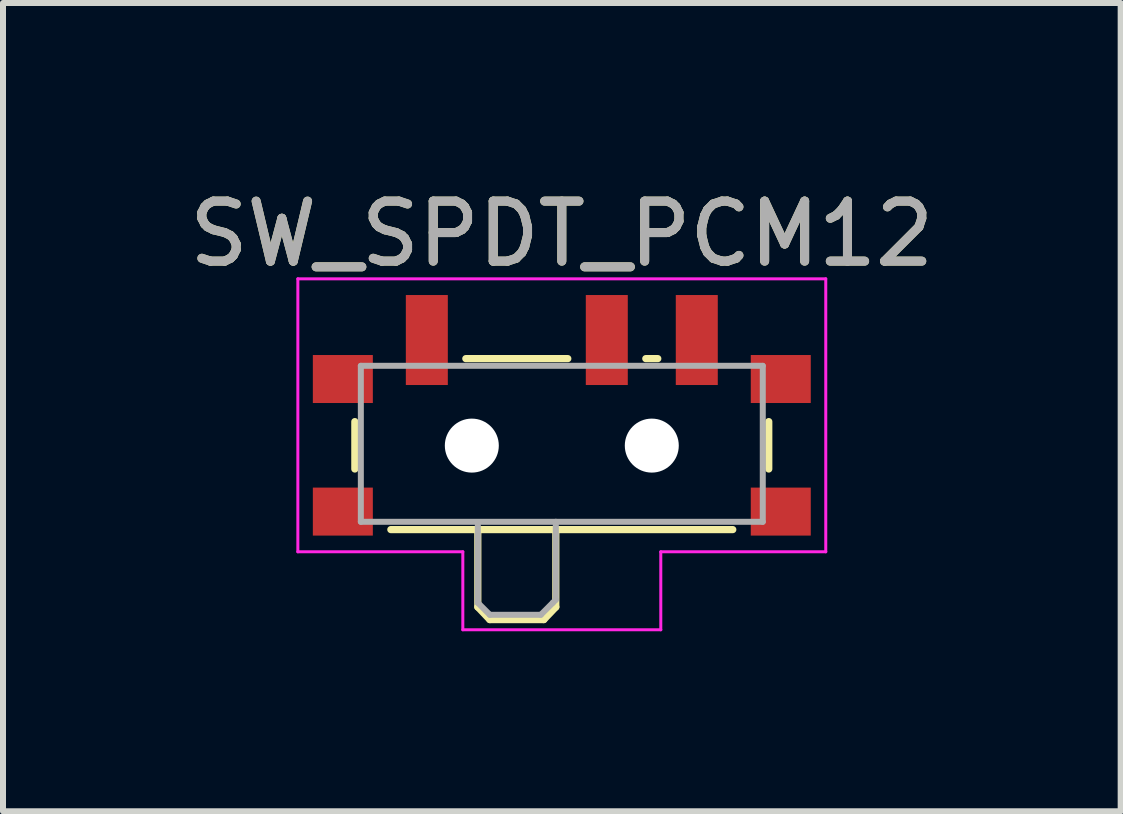
<source format=kicad_pcb>
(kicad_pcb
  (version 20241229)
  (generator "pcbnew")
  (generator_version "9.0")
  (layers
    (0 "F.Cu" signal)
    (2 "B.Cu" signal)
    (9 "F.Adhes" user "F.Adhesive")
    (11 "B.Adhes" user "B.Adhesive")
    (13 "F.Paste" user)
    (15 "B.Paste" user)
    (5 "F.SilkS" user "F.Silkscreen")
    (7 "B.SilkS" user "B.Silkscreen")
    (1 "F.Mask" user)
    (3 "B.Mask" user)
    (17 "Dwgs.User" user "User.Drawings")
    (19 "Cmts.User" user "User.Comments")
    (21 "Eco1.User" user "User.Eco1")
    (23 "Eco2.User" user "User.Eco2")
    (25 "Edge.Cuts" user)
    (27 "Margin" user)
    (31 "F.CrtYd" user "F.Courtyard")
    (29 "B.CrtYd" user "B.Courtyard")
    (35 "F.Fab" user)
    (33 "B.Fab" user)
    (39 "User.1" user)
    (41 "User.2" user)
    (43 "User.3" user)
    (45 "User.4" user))
  (footprint "SW_SPDT_PCM12"
    (layer "F.Cu")
    (at 6.315 4.048)
    (property "Reference" "SW_SPDT_PCM12" (at 0 -3.2 0) (layer "F.SilkS") (effects (font (size 1 1) (thickness 0.15))))
    (attr smd)
    (fp_line (start -3.45 -0.07) (end -3.45 0.72) (stroke (width 0.12) (type solid)) (layer "F.SilkS"))
    (fp_line (start -2.85 1.73) (end 2.85 1.73) (stroke (width 0.12) (type solid)) (layer "F.SilkS"))
    (fp_line (start -1.6 -1.12) (end 0.1 -1.12) (stroke (width 0.12) (type solid)) (layer "F.SilkS"))
    (fp_line (start -1.4 1.73) (end -1.4 3.02) (stroke (width 0.12) (type solid)) (layer "F.SilkS"))
    (fp_line (start -1.4 3.02) (end -1.2 3.23) (stroke (width 0.12) (type solid)) (layer "F.SilkS"))
    (fp_line (start -1.2 3.23) (end -0.3 3.23) (stroke (width 0.12) (type solid)) (layer "F.SilkS"))
    (fp_line (start -0.1 3.02) (end -0.3 3.23) (stroke (width 0.12) (type solid)) (layer "F.SilkS"))
    (fp_line (start -0.1 3.02) (end -0.1 1.73) (stroke (width 0.12) (type solid)) (layer "F.SilkS"))
    (fp_line (start 1.4 -1.12) (end 1.6 -1.12) (stroke (width 0.12) (type solid)) (layer "F.SilkS"))
    (fp_line (start 3.45 0.72) (end 3.45 -0.07) (stroke (width 0.12) (type solid)) (layer "F.SilkS"))
    (fp_line (start -4.4 -2.45) (end 4.4 -2.45) (stroke (width 0.05) (type solid)) (layer "F.CrtYd"))
    (fp_line (start -4.4 2.1) (end -4.4 -2.45) (stroke (width 0.05) (type solid)) (layer "F.CrtYd"))
    (fp_line (start -1.65 2.1) (end -4.4 2.1) (stroke (width 0.05) (type solid)) (layer "F.CrtYd"))
    (fp_line (start -1.65 3.4) (end -1.65 2.1) (stroke (width 0.05) (type solid)) (layer "F.CrtYd"))
    (fp_line (start 1.65 2.1) (end 1.65 3.4) (stroke (width 0.05) (type solid)) (layer "F.CrtYd"))
    (fp_line (start 1.65 3.4) (end -1.65 3.4) (stroke (width 0.05) (type solid)) (layer "F.CrtYd"))
    (fp_line (start 4.4 -2.45) (end 4.4 2.1) (stroke (width 0.05) (type solid)) (layer "F.CrtYd"))
    (fp_line (start 4.4 2.1) (end 1.65 2.1) (stroke (width 0.05) (type solid)) (layer "F.CrtYd"))
    (fp_line (start -3.35 -1) (end -3.35 1.6) (stroke (width 0.1) (type solid)) (layer "F.Fab"))
    (fp_line (start -3.35 1.6) (end 3.35 1.6) (stroke (width 0.1) (type solid)) (layer "F.Fab"))
    (fp_line (start -1.4 1.65) (end -1.4 2.95) (stroke (width 0.1) (type solid)) (layer "F.Fab"))
    (fp_line (start -1.4 2.95) (end -1.2 3.15) (stroke (width 0.1) (type solid)) (layer "F.Fab"))
    (fp_line (start -1.2 3.15) (end -0.35 3.15) (stroke (width 0.1) (type solid)) (layer "F.Fab"))
    (fp_line (start -0.35 3.15) (end -0.15 2.95) (stroke (width 0.1) (type solid)) (layer "F.Fab"))
    (fp_line (start -0.15 2.95) (end -0.1 2.9) (stroke (width 0.1) (type solid)) (layer "F.Fab"))
    (fp_line (start -0.1 2.9) (end -0.1 1.6) (stroke (width 0.1) (type solid)) (layer "F.Fab"))
    (fp_line (start 3.35 -1) (end -3.35 -1) (stroke (width 0.1) (type solid)) (layer "F.Fab"))
    (fp_line (start 3.35 1.6) (end 3.35 -1) (stroke (width 0.1) (type solid)) (layer "F.Fab"))
    (fp_text user "${REFERENCE}" (at 0 -3.2 0) (layer "F.Fab") (effects (font (size 1 1) (thickness 0.15))))
    (pad "" np_thru_hole circle (at -1.5 0.33) (size 0.9 0.9) (drill 0.9) (layers "*.Cu" "*.Mask"))
    (pad "" np_thru_hole circle (at 1.5 0.33) (size 0.9 0.9) (drill 0.9) (layers "*.Cu" "*.Mask"))
    (pad "1" smd rect (at -2.25 -1.43) (size 0.7 1.5) (layers "F.Cu" "F.Mask" "F.Paste"))
    (pad "2" smd rect (at 0.75 -1.43) (size 0.7 1.5) (layers "F.Cu" "F.Mask" "F.Paste"))
    (pad "3" smd rect (at 2.25 -1.43) (size 0.7 1.5) (layers "F.Cu" "F.Mask" "F.Paste"))
    (pad "4" smd rect (at -3.65 -0.78) (size 1 0.8) (layers "F.Cu" "F.Mask" "F.Paste"))
    (pad "4" smd rect (at -3.65 1.43) (size 1 0.8) (layers "F.Cu" "F.Mask" "F.Paste"))
    (pad "4" smd rect (at 3.65 -0.78) (size 1 0.8) (layers "F.Cu" "F.Mask" "F.Paste"))
    (pad "4" smd rect (at 3.65 1.43) (size 1 0.8) (layers "F.Cu" "F.Mask" "F.Paste")))
  (gr_rect
    (start -3 -3)
    (end 15.631 10.473)
    (stroke (width 0.1) (type default))
    (fill no)
    (layer "Edge.Cuts")))
</source>
